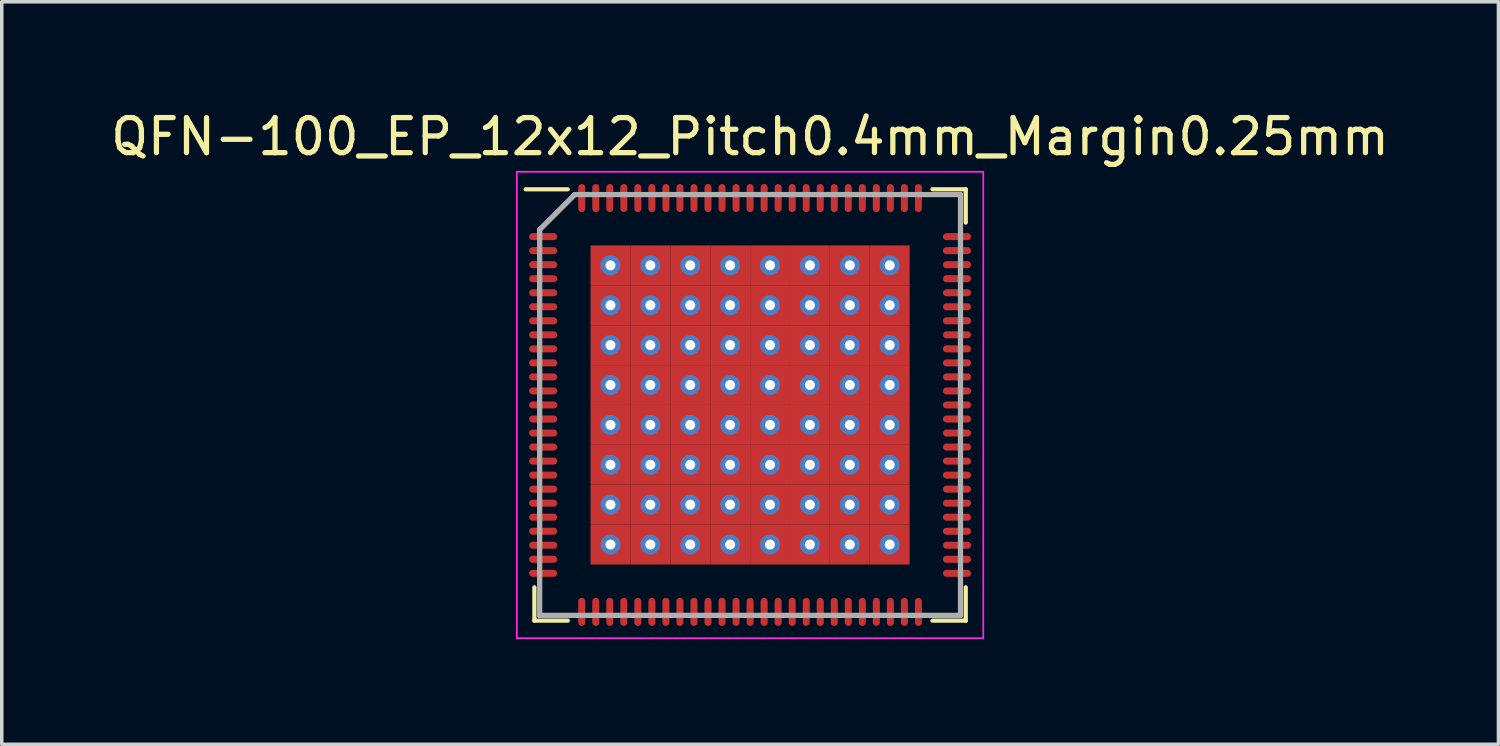
<source format=kicad_pcb>
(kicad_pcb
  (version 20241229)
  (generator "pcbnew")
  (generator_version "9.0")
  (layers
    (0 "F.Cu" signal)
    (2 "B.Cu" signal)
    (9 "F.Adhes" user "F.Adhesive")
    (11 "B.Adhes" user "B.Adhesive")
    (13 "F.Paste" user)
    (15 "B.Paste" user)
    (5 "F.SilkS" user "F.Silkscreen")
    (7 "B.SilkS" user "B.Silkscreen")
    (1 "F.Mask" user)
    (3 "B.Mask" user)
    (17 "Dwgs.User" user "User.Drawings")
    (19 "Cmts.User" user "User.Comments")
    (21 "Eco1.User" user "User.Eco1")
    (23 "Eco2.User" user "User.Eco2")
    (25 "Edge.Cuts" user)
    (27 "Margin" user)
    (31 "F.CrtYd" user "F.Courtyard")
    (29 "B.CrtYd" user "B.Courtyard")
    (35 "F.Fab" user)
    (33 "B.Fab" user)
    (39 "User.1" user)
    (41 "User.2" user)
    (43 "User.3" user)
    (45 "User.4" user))
  (footprint "QFN-100_EP_12x12_Pitch0.4mm_Margin0.25mm"
    (layer "F.Cu")
    (at 18.339 8.498)
    (property "Reference" "QFN-100_EP_12x12_Pitch0.4mm_Margin0.25mm" (at 0 -7.65 0) (layer "F.SilkS") (effects (font (size 1 1) (thickness 0.15))))
    (attr smd)
    (fp_line (start -6.15 6.15) (end -6.15 5.2) (stroke (width 0.12) (type solid)) (layer "F.SilkS"))
    (fp_line (start -5.2 -6.15) (end -6.4 -6.15) (stroke (width 0.12) (type solid)) (layer "F.SilkS"))
    (fp_line (start -5.2 6.15) (end -6.15 6.15) (stroke (width 0.12) (type solid)) (layer "F.SilkS"))
    (fp_line (start 5.2 -6.15) (end 6.15 -6.15) (stroke (width 0.12) (type solid)) (layer "F.SilkS"))
    (fp_line (start 5.2 6.15) (end 6.15 6.15) (stroke (width 0.12) (type solid)) (layer "F.SilkS"))
    (fp_line (start 6.15 -6.15) (end 6.15 -5.2) (stroke (width 0.12) (type solid)) (layer "F.SilkS"))
    (fp_line (start 6.15 6.15) (end 6.15 5.2) (stroke (width 0.12) (type solid)) (layer "F.SilkS"))
    (fp_line (start -6.65 -6.65) (end 6.65 -6.65) (stroke (width 0.05) (type solid)) (layer "F.CrtYd"))
    (fp_line (start -6.65 6.65) (end -6.65 -6.65) (stroke (width 0.05) (type solid)) (layer "F.CrtYd"))
    (fp_line (start 6.65 -6.65) (end 6.65 6.65) (stroke (width 0.05) (type solid)) (layer "F.CrtYd"))
    (fp_line (start 6.65 6.65) (end -6.65 6.65) (stroke (width 0.05) (type solid)) (layer "F.CrtYd"))
    (fp_line (start -6 -5) (end -6 6) (stroke (width 0.15) (type solid)) (layer "F.Fab"))
    (fp_line (start -6 6) (end 6 6) (stroke (width 0.15) (type solid)) (layer "F.Fab"))
    (fp_line (start -5 -6) (end -6 -5) (stroke (width 0.15) (type solid)) (layer "F.Fab"))
    (fp_line (start 6 -6) (end -5 -6) (stroke (width 0.15) (type solid)) (layer "F.Fab"))
    (fp_line (start 6 6) (end 6 -6) (stroke (width 0.15) (type solid)) (layer "F.Fab"))
    (pad "1" smd oval (at -5.9 -4.8 90) (size 0.2 0.8) (layers "F.Cu" "F.Mask" "F.Paste"))
    (pad "2" smd oval (at -5.9 -4.4 90) (size 0.2 0.8) (layers "F.Cu" "F.Mask" "F.Paste"))
    (pad "3" smd oval (at -5.9 -4 90) (size 0.2 0.8) (layers "F.Cu" "F.Mask" "F.Paste"))
    (pad "4" smd oval (at -5.9 -3.6 90) (size 0.2 0.8) (layers "F.Cu" "F.Mask" "F.Paste"))
    (pad "5" smd oval (at -5.9 -3.2 90) (size 0.2 0.8) (layers "F.Cu" "F.Mask" "F.Paste"))
    (pad "6" smd oval (at -5.9 -2.8 90) (size 0.2 0.8) (layers "F.Cu" "F.Mask" "F.Paste"))
    (pad "7" smd oval (at -5.9 -2.4 90) (size 0.2 0.8) (layers "F.Cu" "F.Mask" "F.Paste"))
    (pad "8" smd oval (at -5.9 -2 90) (size 0.2 0.8) (layers "F.Cu" "F.Mask" "F.Paste"))
    (pad "9" smd oval (at -5.9 -1.6 90) (size 0.2 0.8) (layers "F.Cu" "F.Mask" "F.Paste"))
    (pad "10" smd oval (at -5.9 -1.2 90) (size 0.2 0.8) (layers "F.Cu" "F.Mask" "F.Paste"))
    (pad "11" smd oval (at -5.9 -0.8 90) (size 0.2 0.8) (layers "F.Cu" "F.Mask" "F.Paste"))
    (pad "12" smd oval (at -5.9 -0.4 90) (size 0.2 0.8) (layers "F.Cu" "F.Mask" "F.Paste"))
    (pad "13" smd oval (at -5.9 0 90) (size 0.2 0.8) (layers "F.Cu" "F.Mask" "F.Paste"))
    (pad "14" smd oval (at -5.9 0.4 90) (size 0.2 0.8) (layers "F.Cu" "F.Mask" "F.Paste"))
    (pad "15" smd oval (at -5.9 0.8 90) (size 0.2 0.8) (layers "F.Cu" "F.Mask" "F.Paste"))
    (pad "16" smd oval (at -5.9 1.2 90) (size 0.2 0.8) (layers "F.Cu" "F.Mask" "F.Paste"))
    (pad "17" smd oval (at -5.9 1.6 90) (size 0.2 0.8) (layers "F.Cu" "F.Mask" "F.Paste"))
    (pad "18" smd oval (at -5.9 2 90) (size 0.2 0.8) (layers "F.Cu" "F.Mask" "F.Paste"))
    (pad "19" smd oval (at -5.9 2.4 90) (size 0.2 0.8) (layers "F.Cu" "F.Mask" "F.Paste"))
    (pad "20" smd oval (at -5.9 2.8 90) (size 0.2 0.8) (layers "F.Cu" "F.Mask" "F.Paste"))
    (pad "21" smd oval (at -5.9 3.2 90) (size 0.2 0.8) (layers "F.Cu" "F.Mask" "F.Paste"))
    (pad "22" smd oval (at -5.9 3.6 90) (size 0.2 0.8) (layers "F.Cu" "F.Mask" "F.Paste"))
    (pad "23" smd oval (at -5.9 4 90) (size 0.2 0.8) (layers "F.Cu" "F.Mask" "F.Paste"))
    (pad "24" smd oval (at -5.9 4.4 90) (size 0.2 0.8) (layers "F.Cu" "F.Mask" "F.Paste"))
    (pad "25" smd oval (at -5.9 4.8 90) (size 0.2 0.8) (layers "F.Cu" "F.Mask" "F.Paste"))
    (pad "26" smd oval (at -4.8 5.9) (size 0.2 0.8) (layers "F.Cu" "F.Mask" "F.Paste"))
    (pad "27" smd oval (at -4.4 5.9) (size 0.2 0.8) (layers "F.Cu" "F.Mask" "F.Paste"))
    (pad "28" smd oval (at -4 5.9) (size 0.2 0.8) (layers "F.Cu" "F.Mask" "F.Paste"))
    (pad "29" smd oval (at -3.6 5.9) (size 0.2 0.8) (layers "F.Cu" "F.Mask" "F.Paste"))
    (pad "30" smd oval (at -3.2 5.9) (size 0.2 0.8) (layers "F.Cu" "F.Mask" "F.Paste"))
    (pad "31" smd oval (at -2.8 5.9) (size 0.2 0.8) (layers "F.Cu" "F.Mask" "F.Paste"))
    (pad "32" smd oval (at -2.4 5.9) (size 0.2 0.8) (layers "F.Cu" "F.Mask" "F.Paste"))
    (pad "33" smd oval (at -2 5.9) (size 0.2 0.8) (layers "F.Cu" "F.Mask" "F.Paste"))
    (pad "34" smd oval (at -1.6 5.9) (size 0.2 0.8) (layers "F.Cu" "F.Mask" "F.Paste"))
    (pad "35" smd oval (at -1.2 5.9) (size 0.2 0.8) (layers "F.Cu" "F.Mask" "F.Paste"))
    (pad "36" smd oval (at -0.8 5.9) (size 0.2 0.8) (layers "F.Cu" "F.Mask" "F.Paste"))
    (pad "37" smd oval (at -0.4 5.9) (size 0.2 0.8) (layers "F.Cu" "F.Mask" "F.Paste"))
    (pad "38" smd oval (at 0 5.9) (size 0.2 0.8) (layers "F.Cu" "F.Mask" "F.Paste"))
    (pad "39" smd oval (at 0.4 5.9) (size 0.2 0.8) (layers "F.Cu" "F.Mask" "F.Paste"))
    (pad "40" smd oval (at 0.8 5.9) (size 0.2 0.8) (layers "F.Cu" "F.Mask" "F.Paste"))
    (pad "41" smd oval (at 1.2 5.9) (size 0.2 0.8) (layers "F.Cu" "F.Mask" "F.Paste"))
    (pad "42" smd oval (at 1.6 5.9) (size 0.2 0.8) (layers "F.Cu" "F.Mask" "F.Paste"))
    (pad "43" smd oval (at 2 5.9) (size 0.2 0.8) (layers "F.Cu" "F.Mask" "F.Paste"))
    (pad "44" smd oval (at 2.4 5.9) (size 0.2 0.8) (layers "F.Cu" "F.Mask" "F.Paste"))
    (pad "45" smd oval (at 2.8 5.9) (size 0.2 0.8) (layers "F.Cu" "F.Mask" "F.Paste"))
    (pad "46" smd oval (at 3.2 5.9) (size 0.2 0.8) (layers "F.Cu" "F.Mask" "F.Paste"))
    (pad "47" smd oval (at 3.6 5.9) (size 0.2 0.8) (layers "F.Cu" "F.Mask" "F.Paste"))
    (pad "48" smd oval (at 4 5.9) (size 0.2 0.8) (layers "F.Cu" "F.Mask" "F.Paste"))
    (pad "49" smd oval (at 4.4 5.9) (size 0.2 0.8) (layers "F.Cu" "F.Mask" "F.Paste"))
    (pad "50" smd oval (at 4.8 5.9) (size 0.2 0.8) (layers "F.Cu" "F.Mask" "F.Paste"))
    (pad "51" smd oval (at 5.9 4.8 90) (size 0.2 0.8) (layers "F.Cu" "F.Mask" "F.Paste"))
    (pad "52" smd oval (at 5.9 4.4 90) (size 0.2 0.8) (layers "F.Cu" "F.Mask" "F.Paste"))
    (pad "53" smd oval (at 5.9 4 90) (size 0.2 0.8) (layers "F.Cu" "F.Mask" "F.Paste"))
    (pad "54" smd oval (at 5.9 3.6 90) (size 0.2 0.8) (layers "F.Cu" "F.Mask" "F.Paste"))
    (pad "55" smd oval (at 5.9 3.2 90) (size 0.2 0.8) (layers "F.Cu" "F.Mask" "F.Paste"))
    (pad "56" smd oval (at 5.9 2.8 90) (size 0.2 0.8) (layers "F.Cu" "F.Mask" "F.Paste"))
    (pad "57" smd oval (at 5.9 2.4 90) (size 0.2 0.8) (layers "F.Cu" "F.Mask" "F.Paste"))
    (pad "58" smd oval (at 5.9 2 90) (size 0.2 0.8) (layers "F.Cu" "F.Mask" "F.Paste"))
    (pad "59" smd oval (at 5.9 1.6 90) (size 0.2 0.8) (layers "F.Cu" "F.Mask" "F.Paste"))
    (pad "60" smd oval (at 5.9 1.2 90) (size 0.2 0.8) (layers "F.Cu" "F.Mask" "F.Paste"))
    (pad "61" smd oval (at 5.9 0.8 90) (size 0.2 0.8) (layers "F.Cu" "F.Mask" "F.Paste"))
    (pad "62" smd oval (at 5.9 0.4 90) (size 0.2 0.8) (layers "F.Cu" "F.Mask" "F.Paste"))
    (pad "63" smd oval (at 5.9 0 90) (size 0.2 0.8) (layers "F.Cu" "F.Mask" "F.Paste"))
    (pad "64" smd oval (at 5.9 -0.4 90) (size 0.2 0.8) (layers "F.Cu" "F.Mask" "F.Paste"))
    (pad "65" smd oval (at 5.9 -0.8 90) (size 0.2 0.8) (layers "F.Cu" "F.Mask" "F.Paste"))
    (pad "66" smd oval (at 5.9 -1.2 90) (size 0.2 0.8) (layers "F.Cu" "F.Mask" "F.Paste"))
    (pad "67" smd oval (at 5.9 -1.6 90) (size 0.2 0.8) (layers "F.Cu" "F.Mask" "F.Paste"))
    (pad "68" smd oval (at 5.9 -2 90) (size 0.2 0.8) (layers "F.Cu" "F.Mask" "F.Paste"))
    (pad "69" smd oval (at 5.9 -2.4 90) (size 0.2 0.8) (layers "F.Cu" "F.Mask" "F.Paste"))
    (pad "70" smd oval (at 5.9 -2.8 90) (size 0.2 0.8) (layers "F.Cu" "F.Mask" "F.Paste"))
    (pad "71" smd oval (at 5.9 -3.2 90) (size 0.2 0.8) (layers "F.Cu" "F.Mask" "F.Paste"))
    (pad "72" smd oval (at 5.9 -3.6 90) (size 0.2 0.8) (layers "F.Cu" "F.Mask" "F.Paste"))
    (pad "73" smd oval (at 5.9 -4 90) (size 0.2 0.8) (layers "F.Cu" "F.Mask" "F.Paste"))
    (pad "74" smd oval (at 5.9 -4.4 90) (size 0.2 0.8) (layers "F.Cu" "F.Mask" "F.Paste"))
    (pad "75" smd oval (at 5.9 -4.8 90) (size 0.2 0.8) (layers "F.Cu" "F.Mask" "F.Paste"))
    (pad "76" smd oval (at 4.8 -5.9) (size 0.2 0.8) (layers "F.Cu" "F.Mask" "F.Paste"))
    (pad "77" smd oval (at 4.4 -5.9) (size 0.2 0.8) (layers "F.Cu" "F.Mask" "F.Paste"))
    (pad "78" smd oval (at 4 -5.9) (size 0.2 0.8) (layers "F.Cu" "F.Mask" "F.Paste"))
    (pad "79" smd oval (at 3.6 -5.9) (size 0.2 0.8) (layers "F.Cu" "F.Mask" "F.Paste"))
    (pad "80" smd oval (at 3.2 -5.9) (size 0.2 0.8) (layers "F.Cu" "F.Mask" "F.Paste"))
    (pad "81" smd oval (at 2.8 -5.9) (size 0.2 0.8) (layers "F.Cu" "F.Mask" "F.Paste"))
    (pad "82" smd oval (at 2.4 -5.9) (size 0.2 0.8) (layers "F.Cu" "F.Mask" "F.Paste"))
    (pad "83" smd oval (at 2 -5.9) (size 0.2 0.8) (layers "F.Cu" "F.Mask" "F.Paste"))
    (pad "84" smd oval (at 1.6 -5.9) (size 0.2 0.8) (layers "F.Cu" "F.Mask" "F.Paste"))
    (pad "85" smd oval (at 1.2 -5.9) (size 0.2 0.8) (layers "F.Cu" "F.Mask" "F.Paste"))
    (pad "86" smd oval (at 0.8 -5.9) (size 0.2 0.8) (layers "F.Cu" "F.Mask" "F.Paste"))
    (pad "87" smd oval (at 0.4 -5.9) (size 0.2 0.8) (layers "F.Cu" "F.Mask" "F.Paste"))
    (pad "88" smd oval (at 0 -5.9) (size 0.2 0.8) (layers "F.Cu" "F.Mask" "F.Paste"))
    (pad "89" smd oval (at -0.4 -5.9) (size 0.2 0.8) (layers "F.Cu" "F.Mask" "F.Paste"))
    (pad "90" smd oval (at -0.8 -5.9) (size 0.2 0.8) (layers "F.Cu" "F.Mask" "F.Paste"))
    (pad "91" smd oval (at -1.2 -5.9) (size 0.2 0.8) (layers "F.Cu" "F.Mask" "F.Paste"))
    (pad "92" smd oval (at -1.6 -5.9) (size 0.2 0.8) (layers "F.Cu" "F.Mask" "F.Paste"))
    (pad "93" smd oval (at -2 -5.9) (size 0.2 0.8) (layers "F.Cu" "F.Mask" "F.Paste"))
    (pad "94" smd oval (at -2.4 -5.9) (size 0.2 0.8) (layers "F.Cu" "F.Mask" "F.Paste"))
    (pad "95" smd oval (at -2.8 -5.9) (size 0.2 0.8) (layers "F.Cu" "F.Mask" "F.Paste"))
    (pad "96" smd oval (at -3.2 -5.9) (size 0.2 0.8) (layers "F.Cu" "F.Mask" "F.Paste"))
    (pad "97" smd oval (at -3.6 -5.9) (size 0.2 0.8) (layers "F.Cu" "F.Mask" "F.Paste"))
    (pad "98" smd oval (at -4 -5.9) (size 0.2 0.8) (layers "F.Cu" "F.Mask" "F.Paste"))
    (pad "99" smd oval (at -4.4 -5.9) (size 0.2 0.8) (layers "F.Cu" "F.Mask" "F.Paste"))
    (pad "100" smd oval (at -4.8 -5.9) (size 0.2 0.8) (layers "F.Cu" "F.Mask" "F.Paste"))
    (pad "101" thru_hole circle (at -3.981 -3.981) (size 0.569 0.569) (drill 0.284) (layers "*.Cu" "*.Mask"))
    (pad "101" smd rect (at -3.981 -3.981) (size 1.137 1.137) (layers "F.Cu" "F.Mask" "F.Paste"))
    (pad "101" thru_hole circle (at -3.981 -2.844) (size 0.569 0.569) (drill 0.284) (layers "*.Cu" "*.Mask"))
    (pad "101" smd rect (at -3.981 -2.844) (size 1.137 1.137) (layers "F.Cu" "F.Mask" "F.Paste"))
    (pad "101" thru_hole circle (at -3.981 -1.706) (size 0.569 0.569) (drill 0.284) (layers "*.Cu" "*.Mask"))
    (pad "101" smd rect (at -3.981 -1.706) (size 1.137 1.137) (layers "F.Cu" "F.Mask" "F.Paste"))
    (pad "101" thru_hole circle (at -3.981 -0.569) (size 0.569 0.569) (drill 0.284) (layers "*.Cu" "*.Mask"))
    (pad "101" smd rect (at -3.981 -0.569) (size 1.137 1.137) (layers "F.Cu" "F.Mask" "F.Paste"))
    (pad "101" thru_hole circle (at -3.981 0.569) (size 0.569 0.569) (drill 0.284) (layers "*.Cu" "*.Mask"))
    (pad "101" smd rect (at -3.981 0.569) (size 1.137 1.137) (layers "F.Cu" "F.Mask" "F.Paste"))
    (pad "101" thru_hole circle (at -3.981 1.706) (size 0.569 0.569) (drill 0.284) (layers "*.Cu" "*.Mask"))
    (pad "101" smd rect (at -3.981 1.706) (size 1.137 1.137) (layers "F.Cu" "F.Mask" "F.Paste"))
    (pad "101" thru_hole circle (at -3.981 2.844) (size 0.569 0.569) (drill 0.284) (layers "*.Cu" "*.Mask"))
    (pad "101" smd rect (at -3.981 2.844) (size 1.137 1.137) (layers "F.Cu" "F.Mask" "F.Paste"))
    (pad "101" thru_hole circle (at -3.981 3.981) (size 0.569 0.569) (drill 0.284) (layers "*.Cu" "*.Mask"))
    (pad "101" smd rect (at -3.981 3.981) (size 1.137 1.137) (layers "F.Cu" "F.Mask" "F.Paste"))
    (pad "101" thru_hole circle (at -2.844 -3.981) (size 0.569 0.569) (drill 0.284) (layers "*.Cu" "*.Mask"))
    (pad "101" smd rect (at -2.844 -3.981) (size 1.137 1.137) (layers "F.Cu" "F.Mask" "F.Paste"))
    (pad "101" thru_hole circle (at -2.844 -2.844) (size 0.569 0.569) (drill 0.284) (layers "*.Cu" "*.Mask"))
    (pad "101" smd rect (at -2.844 -2.844) (size 1.137 1.137) (layers "F.Cu" "F.Mask" "F.Paste"))
    (pad "101" thru_hole circle (at -2.844 -1.706) (size 0.569 0.569) (drill 0.284) (layers "*.Cu" "*.Mask"))
    (pad "101" smd rect (at -2.844 -1.706) (size 1.137 1.137) (layers "F.Cu" "F.Mask" "F.Paste"))
    (pad "101" thru_hole circle (at -2.844 -0.569) (size 0.569 0.569) (drill 0.284) (layers "*.Cu" "*.Mask"))
    (pad "101" smd rect (at -2.844 -0.569) (size 1.137 1.137) (layers "F.Cu" "F.Mask" "F.Paste"))
    (pad "101" thru_hole circle (at -2.844 0.569) (size 0.569 0.569) (drill 0.284) (layers "*.Cu" "*.Mask"))
    (pad "101" smd rect (at -2.844 0.569) (size 1.137 1.137) (layers "F.Cu" "F.Mask" "F.Paste"))
    (pad "101" thru_hole circle (at -2.844 1.706) (size 0.569 0.569) (drill 0.284) (layers "*.Cu" "*.Mask"))
    (pad "101" smd rect (at -2.844 1.706) (size 1.137 1.137) (layers "F.Cu" "F.Mask" "F.Paste"))
    (pad "101" thru_hole circle (at -2.844 2.844) (size 0.569 0.569) (drill 0.284) (layers "*.Cu" "*.Mask"))
    (pad "101" smd rect (at -2.844 2.844) (size 1.137 1.137) (layers "F.Cu" "F.Mask" "F.Paste"))
    (pad "101" thru_hole circle (at -2.844 3.981) (size 0.569 0.569) (drill 0.284) (layers "*.Cu" "*.Mask"))
    (pad "101" smd rect (at -2.844 3.981) (size 1.137 1.137) (layers "F.Cu" "F.Mask" "F.Paste"))
    (pad "101" thru_hole circle (at -1.706 -3.981) (size 0.569 0.569) (drill 0.284) (layers "*.Cu" "*.Mask"))
    (pad "101" smd rect (at -1.706 -3.981) (size 1.137 1.137) (layers "F.Cu" "F.Mask" "F.Paste"))
    (pad "101" thru_hole circle (at -1.706 -2.844) (size 0.569 0.569) (drill 0.284) (layers "*.Cu" "*.Mask"))
    (pad "101" smd rect (at -1.706 -2.844) (size 1.137 1.137) (layers "F.Cu" "F.Mask" "F.Paste"))
    (pad "101" thru_hole circle (at -1.706 -1.706) (size 0.569 0.569) (drill 0.284) (layers "*.Cu" "*.Mask"))
    (pad "101" smd rect (at -1.706 -1.706) (size 1.137 1.137) (layers "F.Cu" "F.Mask" "F.Paste"))
    (pad "101" thru_hole circle (at -1.706 -0.569) (size 0.569 0.569) (drill 0.284) (layers "*.Cu" "*.Mask"))
    (pad "101" smd rect (at -1.706 -0.569) (size 1.137 1.137) (layers "F.Cu" "F.Mask" "F.Paste"))
    (pad "101" thru_hole circle (at -1.706 0.569) (size 0.569 0.569) (drill 0.284) (layers "*.Cu" "*.Mask"))
    (pad "101" smd rect (at -1.706 0.569) (size 1.137 1.137) (layers "F.Cu" "F.Mask" "F.Paste"))
    (pad "101" thru_hole circle (at -1.706 1.706) (size 0.569 0.569) (drill 0.284) (layers "*.Cu" "*.Mask"))
    (pad "101" smd rect (at -1.706 1.706) (size 1.137 1.137) (layers "F.Cu" "F.Mask" "F.Paste"))
    (pad "101" thru_hole circle (at -1.706 2.844) (size 0.569 0.569) (drill 0.284) (layers "*.Cu" "*.Mask"))
    (pad "101" smd rect (at -1.706 2.844) (size 1.137 1.137) (layers "F.Cu" "F.Mask" "F.Paste"))
    (pad "101" thru_hole circle (at -1.706 3.981) (size 0.569 0.569) (drill 0.284) (layers "*.Cu" "*.Mask"))
    (pad "101" smd rect (at -1.706 3.981) (size 1.137 1.137) (layers "F.Cu" "F.Mask" "F.Paste"))
    (pad "101" thru_hole circle (at -0.569 -3.981) (size 0.569 0.569) (drill 0.284) (layers "*.Cu" "*.Mask"))
    (pad "101" smd rect (at -0.569 -3.981) (size 1.137 1.137) (layers "F.Cu" "F.Mask" "F.Paste"))
    (pad "101" thru_hole circle (at -0.569 -2.844) (size 0.569 0.569) (drill 0.284) (layers "*.Cu" "*.Mask"))
    (pad "101" smd rect (at -0.569 -2.844) (size 1.137 1.137) (layers "F.Cu" "F.Mask" "F.Paste"))
    (pad "101" thru_hole circle (at -0.569 -1.706) (size 0.569 0.569) (drill 0.284) (layers "*.Cu" "*.Mask"))
    (pad "101" smd rect (at -0.569 -1.706) (size 1.137 1.137) (layers "F.Cu" "F.Mask" "F.Paste"))
    (pad "101" thru_hole circle (at -0.569 -0.569) (size 0.569 0.569) (drill 0.284) (layers "*.Cu" "*.Mask"))
    (pad "101" smd rect (at -0.569 -0.569) (size 1.137 1.137) (layers "F.Cu" "F.Mask" "F.Paste"))
    (pad "101" thru_hole circle (at -0.569 0.569) (size 0.569 0.569) (drill 0.284) (layers "*.Cu" "*.Mask"))
    (pad "101" smd rect (at -0.569 0.569) (size 1.137 1.137) (layers "F.Cu" "F.Mask" "F.Paste"))
    (pad "101" thru_hole circle (at -0.569 1.706) (size 0.569 0.569) (drill 0.284) (layers "*.Cu" "*.Mask"))
    (pad "101" smd rect (at -0.569 1.706) (size 1.137 1.137) (layers "F.Cu" "F.Mask" "F.Paste"))
    (pad "101" thru_hole circle (at -0.569 2.844) (size 0.569 0.569) (drill 0.284) (layers "*.Cu" "*.Mask"))
    (pad "101" smd rect (at -0.569 2.844) (size 1.137 1.137) (layers "F.Cu" "F.Mask" "F.Paste"))
    (pad "101" thru_hole circle (at -0.569 3.981) (size 0.569 0.569) (drill 0.284) (layers "*.Cu" "*.Mask"))
    (pad "101" smd rect (at -0.569 3.981) (size 1.137 1.137) (layers "F.Cu" "F.Mask" "F.Paste"))
    (pad "101" thru_hole circle (at 0.569 -3.981) (size 0.569 0.569) (drill 0.284) (layers "*.Cu" "*.Mask"))
    (pad "101" smd rect (at 0.569 -3.981) (size 1.137 1.137) (layers "F.Cu" "F.Mask" "F.Paste"))
    (pad "101" thru_hole circle (at 0.569 -2.844) (size 0.569 0.569) (drill 0.284) (layers "*.Cu" "*.Mask"))
    (pad "101" smd rect (at 0.569 -2.844) (size 1.137 1.137) (layers "F.Cu" "F.Mask" "F.Paste"))
    (pad "101" thru_hole circle (at 0.569 -1.706) (size 0.569 0.569) (drill 0.284) (layers "*.Cu" "*.Mask"))
    (pad "101" smd rect (at 0.569 -1.706) (size 1.137 1.137) (layers "F.Cu" "F.Mask" "F.Paste"))
    (pad "101" thru_hole circle (at 0.569 -0.569) (size 0.569 0.569) (drill 0.284) (layers "*.Cu" "*.Mask"))
    (pad "101" smd rect (at 0.569 -0.569) (size 1.137 1.137) (layers "F.Cu" "F.Mask" "F.Paste"))
    (pad "101" thru_hole circle (at 0.569 0.569) (size 0.569 0.569) (drill 0.284) (layers "*.Cu" "*.Mask"))
    (pad "101" smd rect (at 0.569 0.569) (size 1.137 1.137) (layers "F.Cu" "F.Mask" "F.Paste"))
    (pad "101" thru_hole circle (at 0.569 1.706) (size 0.569 0.569) (drill 0.284) (layers "*.Cu" "*.Mask"))
    (pad "101" smd rect (at 0.569 1.706) (size 1.137 1.137) (layers "F.Cu" "F.Mask" "F.Paste"))
    (pad "101" thru_hole circle (at 0.569 2.844) (size 0.569 0.569) (drill 0.284) (layers "*.Cu" "*.Mask"))
    (pad "101" smd rect (at 0.569 2.844) (size 1.137 1.137) (layers "F.Cu" "F.Mask" "F.Paste"))
    (pad "101" thru_hole circle (at 0.569 3.981) (size 0.569 0.569) (drill 0.284) (layers "*.Cu" "*.Mask"))
    (pad "101" smd rect (at 0.569 3.981) (size 1.137 1.137) (layers "F.Cu" "F.Mask" "F.Paste"))
    (pad "101" thru_hole circle (at 1.706 -3.981) (size 0.569 0.569) (drill 0.284) (layers "*.Cu" "*.Mask"))
    (pad "101" smd rect (at 1.706 -3.981) (size 1.137 1.137) (layers "F.Cu" "F.Mask" "F.Paste"))
    (pad "101" thru_hole circle (at 1.706 -2.844) (size 0.569 0.569) (drill 0.284) (layers "*.Cu" "*.Mask"))
    (pad "101" smd rect (at 1.706 -2.844) (size 1.137 1.137) (layers "F.Cu" "F.Mask" "F.Paste"))
    (pad "101" thru_hole circle (at 1.706 -1.706) (size 0.569 0.569) (drill 0.284) (layers "*.Cu" "*.Mask"))
    (pad "101" smd rect (at 1.706 -1.706) (size 1.137 1.137) (layers "F.Cu" "F.Mask" "F.Paste"))
    (pad "101" thru_hole circle (at 1.706 -0.569) (size 0.569 0.569) (drill 0.284) (layers "*.Cu" "*.Mask"))
    (pad "101" smd rect (at 1.706 -0.569) (size 1.137 1.137) (layers "F.Cu" "F.Mask" "F.Paste"))
    (pad "101" thru_hole circle (at 1.706 0.569) (size 0.569 0.569) (drill 0.284) (layers "*.Cu" "*.Mask"))
    (pad "101" smd rect (at 1.706 0.569) (size 1.137 1.137) (layers "F.Cu" "F.Mask" "F.Paste"))
    (pad "101" thru_hole circle (at 1.706 1.706) (size 0.569 0.569) (drill 0.284) (layers "*.Cu" "*.Mask"))
    (pad "101" smd rect (at 1.706 1.706) (size 1.137 1.137) (layers "F.Cu" "F.Mask" "F.Paste"))
    (pad "101" thru_hole circle (at 1.706 2.844) (size 0.569 0.569) (drill 0.284) (layers "*.Cu" "*.Mask"))
    (pad "101" smd rect (at 1.706 2.844) (size 1.137 1.137) (layers "F.Cu" "F.Mask" "F.Paste"))
    (pad "101" thru_hole circle (at 1.706 3.981) (size 0.569 0.569) (drill 0.284) (layers "*.Cu" "*.Mask"))
    (pad "101" smd rect (at 1.706 3.981) (size 1.137 1.137) (layers "F.Cu" "F.Mask" "F.Paste"))
    (pad "101" thru_hole circle (at 2.844 -3.981) (size 0.569 0.569) (drill 0.284) (layers "*.Cu" "*.Mask"))
    (pad "101" smd rect (at 2.844 -3.981) (size 1.137 1.137) (layers "F.Cu" "F.Mask" "F.Paste"))
    (pad "101" thru_hole circle (at 2.844 -2.844) (size 0.569 0.569) (drill 0.284) (layers "*.Cu" "*.Mask"))
    (pad "101" smd rect (at 2.844 -2.844) (size 1.137 1.137) (layers "F.Cu" "F.Mask" "F.Paste"))
    (pad "101" thru_hole circle (at 2.844 -1.706) (size 0.569 0.569) (drill 0.284) (layers "*.Cu" "*.Mask"))
    (pad "101" smd rect (at 2.844 -1.706) (size 1.137 1.137) (layers "F.Cu" "F.Mask" "F.Paste"))
    (pad "101" thru_hole circle (at 2.844 -0.569) (size 0.569 0.569) (drill 0.284) (layers "*.Cu" "*.Mask"))
    (pad "101" smd rect (at 2.844 -0.569) (size 1.137 1.137) (layers "F.Cu" "F.Mask" "F.Paste"))
    (pad "101" thru_hole circle (at 2.844 0.569) (size 0.569 0.569) (drill 0.284) (layers "*.Cu" "*.Mask"))
    (pad "101" smd rect (at 2.844 0.569) (size 1.137 1.137) (layers "F.Cu" "F.Mask" "F.Paste"))
    (pad "101" thru_hole circle (at 2.844 1.706) (size 0.569 0.569) (drill 0.284) (layers "*.Cu" "*.Mask"))
    (pad "101" smd rect (at 2.844 1.706) (size 1.137 1.137) (layers "F.Cu" "F.Mask" "F.Paste"))
    (pad "101" thru_hole circle (at 2.844 2.844) (size 0.569 0.569) (drill 0.284) (layers "*.Cu" "*.Mask"))
    (pad "101" smd rect (at 2.844 2.844) (size 1.137 1.137) (layers "F.Cu" "F.Mask" "F.Paste"))
    (pad "101" thru_hole circle (at 2.844 3.981) (size 0.569 0.569) (drill 0.284) (layers "*.Cu" "*.Mask"))
    (pad "101" smd rect (at 2.844 3.981) (size 1.137 1.137) (layers "F.Cu" "F.Mask" "F.Paste"))
    (pad "101" thru_hole circle (at 3.981 -3.981) (size 0.569 0.569) (drill 0.284) (layers "*.Cu" "*.Mask"))
    (pad "101" smd rect (at 3.981 -3.981) (size 1.137 1.137) (layers "F.Cu" "F.Mask" "F.Paste"))
    (pad "101" thru_hole circle (at 3.981 -2.844) (size 0.569 0.569) (drill 0.284) (layers "*.Cu" "*.Mask"))
    (pad "101" smd rect (at 3.981 -2.844) (size 1.137 1.137) (layers "F.Cu" "F.Mask" "F.Paste"))
    (pad "101" thru_hole circle (at 3.981 -1.706) (size 0.569 0.569) (drill 0.284) (layers "*.Cu" "*.Mask"))
    (pad "101" smd rect (at 3.981 -1.706) (size 1.137 1.137) (layers "F.Cu" "F.Mask" "F.Paste"))
    (pad "101" thru_hole circle (at 3.981 -0.569) (size 0.569 0.569) (drill 0.284) (layers "*.Cu" "*.Mask"))
    (pad "101" smd rect (at 3.981 -0.569) (size 1.137 1.137) (layers "F.Cu" "F.Mask" "F.Paste"))
    (pad "101" thru_hole circle (at 3.981 0.569) (size 0.569 0.569) (drill 0.284) (layers "*.Cu" "*.Mask"))
    (pad "101" smd rect (at 3.981 0.569) (size 1.137 1.137) (layers "F.Cu" "F.Mask" "F.Paste"))
    (pad "101" thru_hole circle (at 3.981 1.706) (size 0.569 0.569) (drill 0.284) (layers "*.Cu" "*.Mask"))
    (pad "101" smd rect (at 3.981 1.706) (size 1.137 1.137) (layers "F.Cu" "F.Mask" "F.Paste"))
    (pad "101" thru_hole circle (at 3.981 2.844) (size 0.569 0.569) (drill 0.284) (layers "*.Cu" "*.Mask"))
    (pad "101" smd rect (at 3.981 2.844) (size 1.137 1.137) (layers "F.Cu" "F.Mask" "F.Paste"))
    (pad "101" thru_hole circle (at 3.981 3.981) (size 0.569 0.569) (drill 0.284) (layers "*.Cu" "*.Mask"))
    (pad "101" smd rect (at 3.981 3.981) (size 1.137 1.137) (layers "F.Cu" "F.Mask" "F.Paste")))
  (gr_rect
    (start -3 -3)
    (end 39.679 18.173)
    (stroke (width 0.1) (type default))
    (fill no)
    (layer "Edge.Cuts")))
</source>
